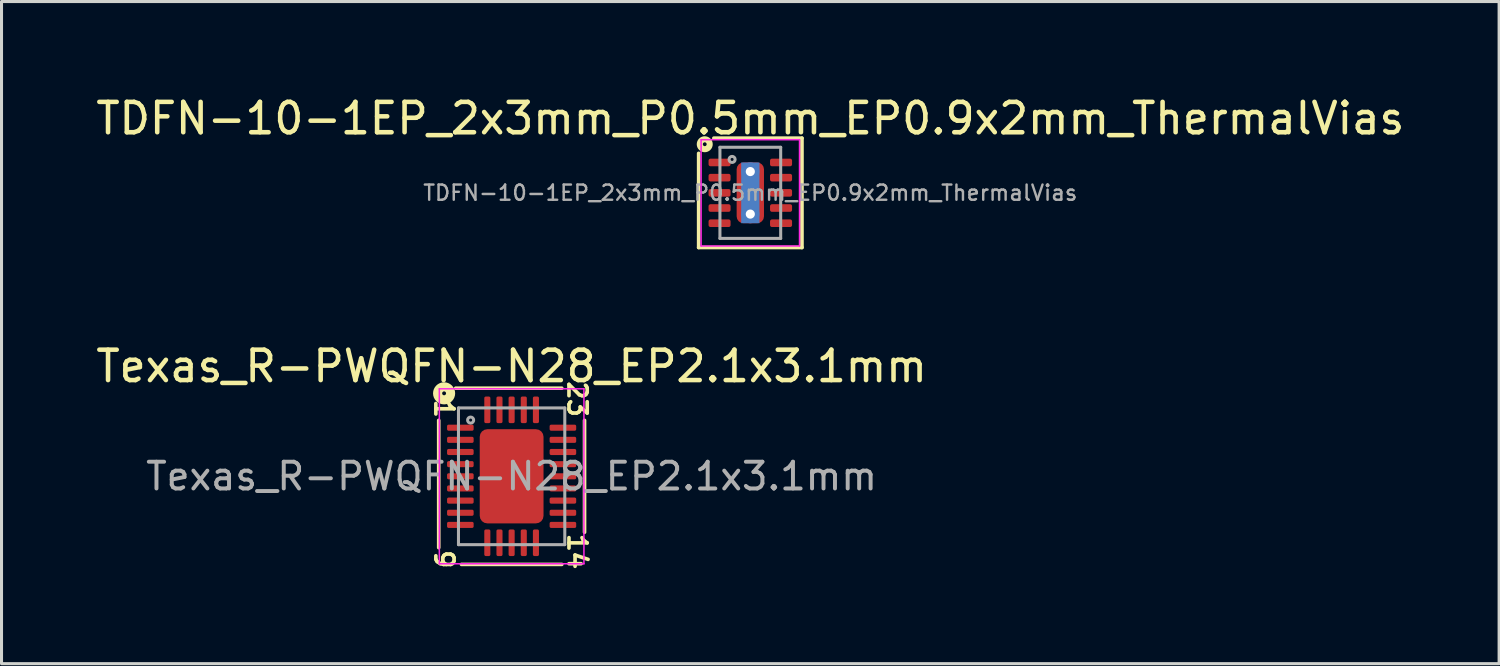
<source format=kicad_pcb>
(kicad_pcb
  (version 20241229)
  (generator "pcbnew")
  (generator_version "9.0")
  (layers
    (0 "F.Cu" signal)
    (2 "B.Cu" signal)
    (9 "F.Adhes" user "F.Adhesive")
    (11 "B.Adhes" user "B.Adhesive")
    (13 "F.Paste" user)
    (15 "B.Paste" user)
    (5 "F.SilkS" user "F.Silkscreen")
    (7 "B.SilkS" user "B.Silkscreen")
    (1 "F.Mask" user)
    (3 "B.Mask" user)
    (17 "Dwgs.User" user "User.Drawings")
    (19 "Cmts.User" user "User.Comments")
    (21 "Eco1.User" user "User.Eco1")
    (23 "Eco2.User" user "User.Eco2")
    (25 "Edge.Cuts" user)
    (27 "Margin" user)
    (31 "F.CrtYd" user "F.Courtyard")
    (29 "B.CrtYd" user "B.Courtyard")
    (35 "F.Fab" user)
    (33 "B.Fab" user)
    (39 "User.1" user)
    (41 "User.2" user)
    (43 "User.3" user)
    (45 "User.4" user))
  (footprint "TDFN-10-1EP_2x3mm_P0.5mm_EP0.9x2mm_ThermalVias"
    (layer "F.Cu")
    (at 21.649 3.298)
    (property "Reference" "TDFN-10-1EP_2x3mm_P0.5mm_EP0.9x2mm_ThermalVias" (at 0 -2.45 0) (layer "F.SilkS") (effects (font (size 1 1) (thickness 0.15))))
    (attr smd)
    (fp_line (start -1.7 -1.3) (end -1.7 1.8) (stroke (width 0.12) (type solid)) (layer "F.SilkS"))
    (fp_line (start -1.7 1.8) (end 1.7 1.8) (stroke (width 0.12) (type solid)) (layer "F.SilkS"))
    (fp_line (start 1.7 -1.8) (end -1.2 -1.8) (stroke (width 0.12) (type solid)) (layer "F.SilkS"))
    (fp_line (start 1.7 1.8) (end 1.7 -1.8) (stroke (width 0.12) (type solid)) (layer "F.SilkS"))
    (fp_circle (center -1.5 -1.6) (end -1.437 -1.6) (stroke (width 0.2) (type solid)) (fill no) (layer "F.SilkS"))
    (fp_line (start -1.62 -1.75) (end -1.62 1.75) (stroke (width 0.05) (type solid)) (layer "F.CrtYd"))
    (fp_line (start -1.62 1.75) (end 1.62 1.75) (stroke (width 0.05) (type solid)) (layer "F.CrtYd"))
    (fp_line (start 1.62 -1.75) (end -1.62 -1.75) (stroke (width 0.05) (type solid)) (layer "F.CrtYd"))
    (fp_line (start 1.62 1.75) (end 1.62 -1.75) (stroke (width 0.05) (type solid)) (layer "F.CrtYd"))
    (fp_line (start -1 -1.5) (end 1 -1.5) (stroke (width 0.1) (type solid)) (layer "F.Fab"))
    (fp_line (start -1 1.5) (end -1 -1.5) (stroke (width 0.1) (type solid)) (layer "F.Fab"))
    (fp_line (start 1 -1.5) (end 1 1.5) (stroke (width 0.1) (type solid)) (layer "F.Fab"))
    (fp_line (start 1 1.5) (end -1 1.5) (stroke (width 0.1) (type solid)) (layer "F.Fab"))
    (fp_circle (center -0.6 -1.1) (end -0.5 -1.1) (stroke (width 0.1) (type solid)) (fill no) (layer "F.Fab"))
    (fp_text user "${REFERENCE}" (at 0 0 0) (layer "F.Fab") (effects (font (size 0.5 0.5) (thickness 0.08))))
    (pad "" smd roundrect (at 0 -0.5) (size 0.73 0.81) (layers "F.Paste") (roundrect_rratio 0.25))
    (pad "" smd roundrect (at 0 0.5) (size 0.73 0.81) (layers "F.Paste") (roundrect_rratio 0.25))
    (pad "1" smd roundrect (at -1.012 -1) (size 0.725 0.25) (layers "F.Cu" "F.Mask" "F.Paste") (roundrect_rratio 0.25))
    (pad "2" smd roundrect (at -1.012 -0.5) (size 0.725 0.25) (layers "F.Cu" "F.Mask" "F.Paste") (roundrect_rratio 0.25))
    (pad "3" smd roundrect (at -1.012 0) (size 0.725 0.25) (layers "F.Cu" "F.Mask" "F.Paste") (roundrect_rratio 0.25))
    (pad "4" smd roundrect (at -1.012 0.5) (size 0.725 0.25) (layers "F.Cu" "F.Mask" "F.Paste") (roundrect_rratio 0.25))
    (pad "5" smd roundrect (at -1.012 1) (size 0.725 0.25) (layers "F.Cu" "F.Mask" "F.Paste") (roundrect_rratio 0.25))
    (pad "6" smd roundrect (at 1.012 1) (size 0.725 0.25) (layers "F.Cu" "F.Mask" "F.Paste") (roundrect_rratio 0.25))
    (pad "7" smd roundrect (at 1.012 0.5) (size 0.725 0.25) (layers "F.Cu" "F.Mask" "F.Paste") (roundrect_rratio 0.25))
    (pad "8" smd roundrect (at 1.012 0) (size 0.725 0.25) (layers "F.Cu" "F.Mask" "F.Paste") (roundrect_rratio 0.25))
    (pad "9" smd roundrect (at 1.012 -0.5) (size 0.725 0.25) (layers "F.Cu" "F.Mask" "F.Paste") (roundrect_rratio 0.25))
    (pad "10" smd roundrect (at 1.012 -1) (size 0.725 0.25) (layers "F.Cu" "F.Mask" "F.Paste") (roundrect_rratio 0.25))
    (pad "11" thru_hole circle (at 0 -0.7) (size 0.6 0.6) (drill 0.3) (property pad_prop_heatsink) (layers "*.Cu"))
    (pad "11" smd rect (at 0 0) (size 0.6 2) (layers "B.Cu" "B.Mask"))
    (pad "11" smd roundrect (at 0 0) (size 0.9 2) (layers "F.Cu" "F.Mask") (roundrect_rratio 0.25))
    (pad "11" thru_hole circle (at 0 0.7) (size 0.6 0.6) (drill 0.3) (property pad_prop_heatsink) (layers "*.Cu")))
  (footprint "Texas_R-PWQFN-N28_EP2.1x3.1mm"
    (layer "F.Cu")
    (at 13.792 12.629)
    (property "Reference" "Texas_R-PWQFN-N28_EP2.1x3.1mm" (at 0 -3.623 0) (layer "F.SilkS") (effects (font (size 1 1) (thickness 0.15))))
    (attr smd)
    (fp_line (start -2.4 -1.841) (end -2.4 2.349) (stroke (width 0.12) (type solid)) (layer "F.SilkS"))
    (fp_line (start -1.651 2.9) (end 1.651 2.9) (stroke (width 0.12) (type solid)) (layer "F.SilkS"))
    (fp_line (start 1.651 -2.9) (end -1.841 -2.9) (stroke (width 0.12) (type solid)) (layer "F.SilkS"))
    (fp_line (start 2.4 1.841) (end 2.4 -1.841) (stroke (width 0.12) (type solid)) (layer "F.SilkS"))
    (fp_circle (center -2.223 -2.731) (end -2.159 -2.731) (stroke (width 0.3) (type solid)) (fill no) (layer "F.SilkS"))
    (fp_line (start -2.38 -2.88) (end -2.38 2.88) (stroke (width 0.05) (type solid)) (layer "F.CrtYd"))
    (fp_line (start -2.38 2.88) (end 2.38 2.88) (stroke (width 0.05) (type solid)) (layer "F.CrtYd"))
    (fp_line (start 2.38 -2.88) (end -2.38 -2.88) (stroke (width 0.05) (type solid)) (layer "F.CrtYd"))
    (fp_line (start 2.38 2.88) (end 2.38 -2.88) (stroke (width 0.05) (type solid)) (layer "F.CrtYd"))
    (fp_line (start -1.75 -2.25) (end 1.75 -2.25) (stroke (width 0.1) (type solid)) (layer "F.Fab"))
    (fp_line (start -1.75 2.25) (end -1.75 -2.25) (stroke (width 0.1) (type solid)) (layer "F.Fab"))
    (fp_line (start 1.75 -2.25) (end 1.75 2.25) (stroke (width 0.1) (type solid)) (layer "F.Fab"))
    (fp_line (start 1.75 2.25) (end -1.75 2.25) (stroke (width 0.1) (type solid)) (layer "F.Fab"))
    (fp_circle (center -1.35 -1.85) (end -1.25 -1.85) (stroke (width 0.1) (type solid)) (fill no) (layer "F.Fab"))
    (fp_text user "9" (at -2.223 2.731 270) (unlocked yes) (layer "F.SilkS") (effects (font (size 0.6 0.6) (thickness 0.12))))
    (fp_text user "23" (at 2.159 -2.54 270) (unlocked yes) (layer "F.SilkS") (effects (font (size 0.6 0.6) (thickness 0.12))))
    (fp_text user "1" (at -2.223 -2.223 270) (unlocked yes) (layer "F.SilkS") (effects (font (size 0.6 0.6) (thickness 0.12))))
    (fp_text user "14" (at 2.159 2.477 270) (unlocked yes) (layer "F.SilkS") (effects (font (size 0.6 0.6) (thickness 0.12))))
    (fp_text user "${REFERENCE}" (at 0 0 0) (layer "F.Fab") (effects (font (size 0.88 0.88) (thickness 0.13))))
    (pad "" smd roundrect (at -0.525 -0.775) (size 0.85 1.25) (layers "F.Paste") (roundrect_rratio 0.25))
    (pad "" smd roundrect (at -0.525 0.775) (size 0.85 1.25) (layers "F.Paste") (roundrect_rratio 0.25))
    (pad "" smd roundrect (at 0.525 -0.775) (size 0.85 1.25) (layers "F.Paste") (roundrect_rratio 0.25))
    (pad "" smd roundrect (at 0.525 0.775) (size 0.85 1.25) (layers "F.Paste") (roundrect_rratio 0.25))
    (pad "1" smd roundrect (at -1.688 -1.6) (size 0.875 0.2) (layers "F.Cu" "F.Mask" "F.Paste") (roundrect_rratio 0.25))
    (pad "2" smd roundrect (at -1.688 -1.2) (size 0.875 0.2) (layers "F.Cu" "F.Mask" "F.Paste") (roundrect_rratio 0.25))
    (pad "3" smd roundrect (at -1.688 -0.8) (size 0.875 0.2) (layers "F.Cu" "F.Mask" "F.Paste") (roundrect_rratio 0.25))
    (pad "4" smd roundrect (at -1.688 -0.4) (size 0.875 0.2) (layers "F.Cu" "F.Mask" "F.Paste") (roundrect_rratio 0.25))
    (pad "5" smd roundrect (at -1.688 0) (size 0.875 0.2) (layers "F.Cu" "F.Mask" "F.Paste") (roundrect_rratio 0.25))
    (pad "6" smd roundrect (at -1.688 0.4) (size 0.875 0.2) (layers "F.Cu" "F.Mask" "F.Paste") (roundrect_rratio 0.25))
    (pad "7" smd roundrect (at -1.688 0.8) (size 0.875 0.2) (layers "F.Cu" "F.Mask" "F.Paste") (roundrect_rratio 0.25))
    (pad "8" smd roundrect (at -1.688 1.2) (size 0.875 0.2) (layers "F.Cu" "F.Mask" "F.Paste") (roundrect_rratio 0.25))
    (pad "9" smd roundrect (at -1.688 1.6) (size 0.875 0.2) (layers "F.Cu" "F.Mask" "F.Paste") (roundrect_rratio 0.25))
    (pad "10" smd roundrect (at -0.8 2.188) (size 0.2 0.875) (layers "F.Cu" "F.Mask" "F.Paste") (roundrect_rratio 0.25))
    (pad "11" smd roundrect (at -0.4 2.188) (size 0.2 0.875) (layers "F.Cu" "F.Mask" "F.Paste") (roundrect_rratio 0.25))
    (pad "12" smd roundrect (at 0 2.188) (size 0.2 0.875) (layers "F.Cu" "F.Mask" "F.Paste") (roundrect_rratio 0.25))
    (pad "13" smd roundrect (at 0.4 2.188) (size 0.2 0.875) (layers "F.Cu" "F.Mask" "F.Paste") (roundrect_rratio 0.25))
    (pad "14" smd roundrect (at 0.8 2.188) (size 0.2 0.875) (layers "F.Cu" "F.Mask" "F.Paste") (roundrect_rratio 0.25))
    (pad "15" smd roundrect (at 1.688 1.6) (size 0.875 0.2) (layers "F.Cu" "F.Mask" "F.Paste") (roundrect_rratio 0.25))
    (pad "16" smd roundrect (at 1.688 1.2) (size 0.875 0.2) (layers "F.Cu" "F.Mask" "F.Paste") (roundrect_rratio 0.25))
    (pad "17" smd roundrect (at 1.688 0.8) (size 0.875 0.2) (layers "F.Cu" "F.Mask" "F.Paste") (roundrect_rratio 0.25))
    (pad "18" smd roundrect (at 1.688 0.4) (size 0.875 0.2) (layers "F.Cu" "F.Mask" "F.Paste") (roundrect_rratio 0.25))
    (pad "19" smd roundrect (at 1.688 0) (size 0.875 0.2) (layers "F.Cu" "F.Mask" "F.Paste") (roundrect_rratio 0.25))
    (pad "20" smd roundrect (at 1.688 -0.4) (size 0.875 0.2) (layers "F.Cu" "F.Mask" "F.Paste") (roundrect_rratio 0.25))
    (pad "21" smd roundrect (at 1.688 -0.8) (size 0.875 0.2) (layers "F.Cu" "F.Mask" "F.Paste") (roundrect_rratio 0.25))
    (pad "22" smd roundrect (at 1.688 -1.2) (size 0.875 0.2) (layers "F.Cu" "F.Mask" "F.Paste") (roundrect_rratio 0.25))
    (pad "23" smd roundrect (at 1.688 -1.6) (size 0.875 0.2) (layers "F.Cu" "F.Mask" "F.Paste") (roundrect_rratio 0.25))
    (pad "24" smd roundrect (at 0.8 -2.188) (size 0.2 0.875) (layers "F.Cu" "F.Mask" "F.Paste") (roundrect_rratio 0.25))
    (pad "25" smd roundrect (at 0.4 -2.188) (size 0.2 0.875) (layers "F.Cu" "F.Mask" "F.Paste") (roundrect_rratio 0.25))
    (pad "26" smd roundrect (at 0 -2.188) (size 0.2 0.875) (layers "F.Cu" "F.Mask" "F.Paste") (roundrect_rratio 0.25))
    (pad "27" smd roundrect (at -0.4 -2.188) (size 0.2 0.875) (layers "F.Cu" "F.Mask" "F.Paste") (roundrect_rratio 0.25))
    (pad "28" smd roundrect (at -0.8 -2.188) (size 0.2 0.875) (layers "F.Cu" "F.Mask" "F.Paste") (roundrect_rratio 0.25))
    (pad "29" smd roundrect (at 0 0) (size 2.1 3.1) (layers "F.Cu" "F.Mask") (roundrect_rratio 0.119)))
  (gr_rect
    (start -3 -3)
    (end 46.298 18.797)
    (stroke (width 0.1) (type default))
    (fill no)
    (layer "Edge.Cuts")))
</source>
